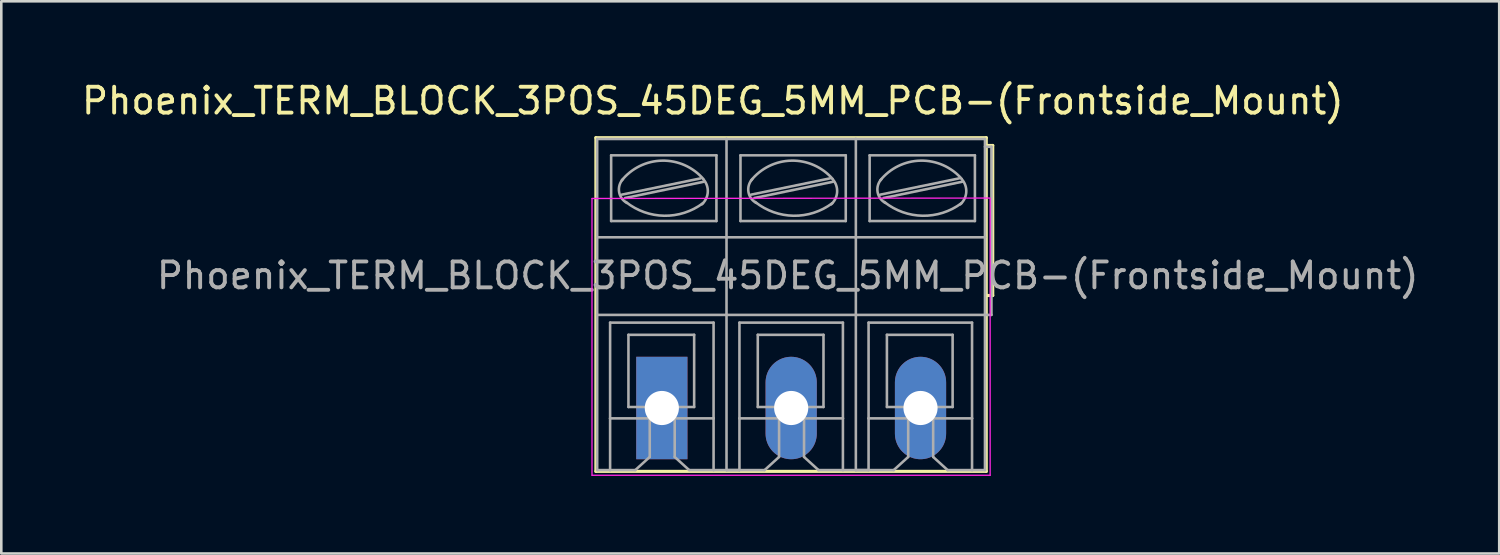
<source format=kicad_pcb>
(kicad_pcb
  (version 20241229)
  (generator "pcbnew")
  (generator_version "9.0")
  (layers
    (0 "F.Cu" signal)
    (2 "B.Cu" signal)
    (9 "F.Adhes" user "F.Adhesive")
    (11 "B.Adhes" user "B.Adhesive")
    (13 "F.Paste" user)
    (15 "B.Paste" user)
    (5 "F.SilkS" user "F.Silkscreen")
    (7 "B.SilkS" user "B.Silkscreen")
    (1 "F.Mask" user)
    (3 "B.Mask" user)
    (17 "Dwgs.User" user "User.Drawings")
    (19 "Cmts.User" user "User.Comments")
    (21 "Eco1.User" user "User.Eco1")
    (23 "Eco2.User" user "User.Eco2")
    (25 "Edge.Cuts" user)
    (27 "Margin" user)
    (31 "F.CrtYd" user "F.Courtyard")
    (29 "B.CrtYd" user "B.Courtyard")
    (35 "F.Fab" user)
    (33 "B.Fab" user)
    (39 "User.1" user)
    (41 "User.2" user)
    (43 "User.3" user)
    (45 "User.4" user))
  (footprint "Phoenix_TERM_BLOCK_3POS_45DEG_5MM_PCB-(Frontside_Mount)"
    (layer "F.Cu")
    (at 27.554 12.735)
    (property "Reference" "Phoenix_TERM_BLOCK_3POS_45DEG_5MM_PCB-(Frontside_Mount)" (at -3.048 -11.887 0) (layer "F.SilkS") (effects (font (size 1 1) (thickness 0.15))))
    (attr through_hole)
    (fp_line (start -7.568 -10.462) (end 7.524 -10.462) (stroke (width 0.12) (type solid)) (layer "F.SilkS"))
    (fp_line (start -7.568 2.438) (end -7.568 -10.462) (stroke (width 0.12) (type solid)) (layer "F.SilkS"))
    (fp_line (start 7.524 -10.462) (end 7.524 -10.162) (stroke (width 0.12) (type solid)) (layer "F.SilkS"))
    (fp_line (start 7.524 -10.162) (end 7.524 -4.362) (stroke (width 0.12) (type solid)) (layer "F.SilkS"))
    (fp_line (start 7.524 -10.162) (end 7.774 -10.162) (stroke (width 0.12) (type solid)) (layer "F.SilkS"))
    (fp_line (start 7.524 -4.362) (end 7.524 2.438) (stroke (width 0.12) (type solid)) (layer "F.SilkS"))
    (fp_line (start 7.524 2.438) (end -7.568 2.438) (stroke (width 0.12) (type solid)) (layer "F.SilkS"))
    (fp_line (start 7.774 -10.162) (end 7.774 -4.362) (stroke (width 0.12) (type solid)) (layer "F.SilkS"))
    (fp_line (start 7.774 -4.362) (end 7.524 -4.362) (stroke (width 0.12) (type solid)) (layer "F.SilkS"))
    (fp_line (start -7.718 -8.112) (end -7.718 2.588) (stroke (width 0.05) (type solid)) (layer "F.CrtYd"))
    (fp_line (start -7.718 -8.112) (end 7.671 -8.128) (stroke (width 0.05) (type solid)) (layer "F.CrtYd"))
    (fp_line (start 7.674 2.588) (end -7.718 2.588) (stroke (width 0.05) (type solid)) (layer "F.CrtYd"))
    (fp_line (start 7.674 2.588) (end 7.674 -8.112) (stroke (width 0.05) (type solid)) (layer "F.CrtYd"))
    (fp_line (start -7.518 -6.612) (end -7.518 -10.412) (stroke (width 0.1) (type solid)) (layer "F.Fab"))
    (fp_line (start -7.518 -3.612) (end -7.518 -6.612) (stroke (width 0.1) (type solid)) (layer "F.Fab"))
    (fp_line (start -7.518 2.388) (end -7.518 -3.612) (stroke (width 0.1) (type solid)) (layer "F.Fab"))
    (fp_line (start -7.518 2.388) (end -7.018 2.388) (stroke (width 0.1) (type solid)) (layer "F.Fab"))
    (fp_line (start -7.018 -3.312) (end -7.018 0.388) (stroke (width 0.1) (type solid)) (layer "F.Fab"))
    (fp_line (start -7.018 0.388) (end -7.018 2.388) (stroke (width 0.1) (type solid)) (layer "F.Fab"))
    (fp_line (start -7.018 2.388) (end -6.045 2.388) (stroke (width 0.1) (type solid)) (layer "F.Fab"))
    (fp_line (start -6.978 -7.24) (end -6.978 -9.78) (stroke (width 0.1) (type solid)) (layer "F.Fab"))
    (fp_line (start -6.568 -8.26) (end -3.518 -8.89) (stroke (width 0.1) (type solid)) (layer "F.Fab"))
    (fp_line (start -6.438 -8.13) (end -3.398 -8.76) (stroke (width 0.1) (type solid)) (layer "F.Fab"))
    (fp_line (start -6.309 -2.841) (end -3.769 -2.841) (stroke (width 0.1) (type solid)) (layer "F.Fab"))
    (fp_line (start -6.309 -0.051) (end -6.309 -2.841) (stroke (width 0.1) (type solid)) (layer "F.Fab"))
    (fp_line (start -6.309 -0.051) (end -3.769 -0.051) (stroke (width 0.1) (type solid)) (layer "F.Fab"))
    (fp_line (start -6.045 2.388) (end -5.486 1.88) (stroke (width 0.1) (type solid)) (layer "F.Fab"))
    (fp_line (start -5.486 1.88) (end -5.486 0.406) (stroke (width 0.1) (type solid)) (layer "F.Fab"))
    (fp_line (start -4.521 1.88) (end -4.521 0.406) (stroke (width 0.1) (type solid)) (layer "F.Fab"))
    (fp_line (start -3.962 2.388) (end -4.521 1.88) (stroke (width 0.1) (type solid)) (layer "F.Fab"))
    (fp_line (start -3.769 -0.051) (end -3.769 -2.841) (stroke (width 0.1) (type solid)) (layer "F.Fab"))
    (fp_line (start -3.018 -3.312) (end -7.018 -3.312) (stroke (width 0.1) (type solid)) (layer "F.Fab"))
    (fp_line (start -3.018 0.388) (end -7.018 0.388) (stroke (width 0.1) (type solid)) (layer "F.Fab"))
    (fp_line (start -3.018 0.388) (end -3.018 -3.312) (stroke (width 0.1) (type solid)) (layer "F.Fab"))
    (fp_line (start -3.018 2.388) (end -3.962 2.388) (stroke (width 0.1) (type solid)) (layer "F.Fab"))
    (fp_line (start -3.018 2.388) (end -3.018 0.388) (stroke (width 0.1) (type solid)) (layer "F.Fab"))
    (fp_line (start -3.018 2.388) (end -2.518 2.388) (stroke (width 0.1) (type solid)) (layer "F.Fab"))
    (fp_line (start -2.908 -9.78) (end -6.978 -9.78) (stroke (width 0.1) (type solid)) (layer "F.Fab"))
    (fp_line (start -2.908 -7.24) (end -6.978 -7.24) (stroke (width 0.1) (type solid)) (layer "F.Fab"))
    (fp_line (start -2.908 -7.24) (end -2.908 -9.78) (stroke (width 0.1) (type solid)) (layer "F.Fab"))
    (fp_line (start -2.518 -10.412) (end -7.518 -10.412) (stroke (width 0.1) (type solid)) (layer "F.Fab"))
    (fp_line (start -2.518 -6.612) (end -7.518 -6.612) (stroke (width 0.1) (type solid)) (layer "F.Fab"))
    (fp_line (start -2.518 -6.612) (end -2.518 -10.412) (stroke (width 0.1) (type solid)) (layer "F.Fab"))
    (fp_line (start -2.518 -3.612) (end -7.518 -3.612) (stroke (width 0.1) (type solid)) (layer "F.Fab"))
    (fp_line (start -2.518 -3.612) (end -2.518 -6.612) (stroke (width 0.1) (type solid)) (layer "F.Fab"))
    (fp_line (start -2.518 2.388) (end -2.518 -3.612) (stroke (width 0.1) (type solid)) (layer "F.Fab"))
    (fp_line (start -2.518 2.388) (end -2.018 2.388) (stroke (width 0.1) (type solid)) (layer "F.Fab"))
    (fp_line (start -2.518 2.388) (end -2.018 2.388) (stroke (width 0.1) (type solid)) (layer "F.Fab"))
    (fp_line (start -2.018 -3.312) (end -2.018 0.388) (stroke (width 0.1) (type solid)) (layer "F.Fab"))
    (fp_line (start -2.018 0.388) (end -2.018 2.388) (stroke (width 0.1) (type solid)) (layer "F.Fab"))
    (fp_line (start -2.018 2.388) (end -1.045 2.388) (stroke (width 0.1) (type solid)) (layer "F.Fab"))
    (fp_line (start -1.978 -7.24) (end -1.978 -9.78) (stroke (width 0.1) (type solid)) (layer "F.Fab"))
    (fp_line (start -1.568 -8.26) (end 1.482 -8.89) (stroke (width 0.1) (type solid)) (layer "F.Fab"))
    (fp_line (start -1.438 -8.13) (end 1.602 -8.76) (stroke (width 0.1) (type solid)) (layer "F.Fab"))
    (fp_line (start -1.309 -2.841) (end 1.231 -2.841) (stroke (width 0.1) (type solid)) (layer "F.Fab"))
    (fp_line (start -1.309 -0.051) (end -1.309 -2.841) (stroke (width 0.1) (type solid)) (layer "F.Fab"))
    (fp_line (start -1.309 -0.051) (end 1.231 -0.051) (stroke (width 0.1) (type solid)) (layer "F.Fab"))
    (fp_line (start -1.045 2.388) (end -0.486 1.88) (stroke (width 0.1) (type solid)) (layer "F.Fab"))
    (fp_line (start -0.486 1.88) (end -0.486 0.406) (stroke (width 0.1) (type solid)) (layer "F.Fab"))
    (fp_line (start 0.479 1.88) (end 0.479 0.406) (stroke (width 0.1) (type solid)) (layer "F.Fab"))
    (fp_line (start 1.038 2.388) (end 0.479 1.88) (stroke (width 0.1) (type solid)) (layer "F.Fab"))
    (fp_line (start 1.231 -0.051) (end 1.231 -2.841) (stroke (width 0.1) (type solid)) (layer "F.Fab"))
    (fp_line (start 1.982 -3.312) (end -2.018 -3.312) (stroke (width 0.1) (type solid)) (layer "F.Fab"))
    (fp_line (start 1.982 0.388) (end -2.018 0.388) (stroke (width 0.1) (type solid)) (layer "F.Fab"))
    (fp_line (start 1.982 0.388) (end 1.982 -3.312) (stroke (width 0.1) (type solid)) (layer "F.Fab"))
    (fp_line (start 1.982 2.388) (end 1.038 2.388) (stroke (width 0.1) (type solid)) (layer "F.Fab"))
    (fp_line (start 1.982 2.388) (end 1.982 0.388) (stroke (width 0.1) (type solid)) (layer "F.Fab"))
    (fp_line (start 1.982 2.388) (end 2.482 2.388) (stroke (width 0.1) (type solid)) (layer "F.Fab"))
    (fp_line (start 2.092 -9.78) (end -1.978 -9.78) (stroke (width 0.1) (type solid)) (layer "F.Fab"))
    (fp_line (start 2.092 -7.24) (end -1.978 -7.24) (stroke (width 0.1) (type solid)) (layer "F.Fab"))
    (fp_line (start 2.092 -7.24) (end 2.092 -9.78) (stroke (width 0.1) (type solid)) (layer "F.Fab"))
    (fp_line (start 2.474 2.388) (end 2.974 2.388) (stroke (width 0.1) (type solid)) (layer "F.Fab"))
    (fp_line (start 2.474 2.388) (end 2.974 2.388) (stroke (width 0.1) (type solid)) (layer "F.Fab"))
    (fp_line (start 2.482 -10.412) (end -2.518 -10.412) (stroke (width 0.1) (type solid)) (layer "F.Fab"))
    (fp_line (start 2.482 -6.612) (end -2.518 -6.612) (stroke (width 0.1) (type solid)) (layer "F.Fab"))
    (fp_line (start 2.482 -6.612) (end 2.482 -10.412) (stroke (width 0.1) (type solid)) (layer "F.Fab"))
    (fp_line (start 2.482 -3.612) (end -2.518 -3.612) (stroke (width 0.1) (type solid)) (layer "F.Fab"))
    (fp_line (start 2.482 -3.612) (end 2.482 -6.612) (stroke (width 0.1) (type solid)) (layer "F.Fab"))
    (fp_line (start 2.482 2.388) (end 2.482 -3.612) (stroke (width 0.1) (type solid)) (layer "F.Fab"))
    (fp_line (start 2.974 -3.312) (end 2.974 0.388) (stroke (width 0.1) (type solid)) (layer "F.Fab"))
    (fp_line (start 2.974 0.388) (end 2.974 2.388) (stroke (width 0.1) (type solid)) (layer "F.Fab"))
    (fp_line (start 2.974 2.388) (end 3.947 2.388) (stroke (width 0.1) (type solid)) (layer "F.Fab"))
    (fp_line (start 3.015 -7.24) (end 3.015 -9.78) (stroke (width 0.1) (type solid)) (layer "F.Fab"))
    (fp_line (start 3.425 -8.26) (end 6.475 -8.89) (stroke (width 0.1) (type solid)) (layer "F.Fab"))
    (fp_line (start 3.555 -8.13) (end 6.595 -8.76) (stroke (width 0.1) (type solid)) (layer "F.Fab"))
    (fp_line (start 3.683 -2.841) (end 6.223 -2.841) (stroke (width 0.1) (type solid)) (layer "F.Fab"))
    (fp_line (start 3.683 -0.051) (end 3.683 -2.841) (stroke (width 0.1) (type solid)) (layer "F.Fab"))
    (fp_line (start 3.683 -0.051) (end 6.223 -0.051) (stroke (width 0.1) (type solid)) (layer "F.Fab"))
    (fp_line (start 3.947 2.388) (end 4.506 1.88) (stroke (width 0.1) (type solid)) (layer "F.Fab"))
    (fp_line (start 4.506 1.88) (end 4.506 0.406) (stroke (width 0.1) (type solid)) (layer "F.Fab"))
    (fp_line (start 5.471 1.88) (end 5.471 0.406) (stroke (width 0.1) (type solid)) (layer "F.Fab"))
    (fp_line (start 6.03 2.388) (end 5.471 1.88) (stroke (width 0.1) (type solid)) (layer "F.Fab"))
    (fp_line (start 6.223 -0.051) (end 6.223 -2.841) (stroke (width 0.1) (type solid)) (layer "F.Fab"))
    (fp_line (start 6.974 -3.312) (end 2.974 -3.312) (stroke (width 0.1) (type solid)) (layer "F.Fab"))
    (fp_line (start 6.974 0.388) (end 2.974 0.388) (stroke (width 0.1) (type solid)) (layer "F.Fab"))
    (fp_line (start 6.974 0.388) (end 6.974 -3.312) (stroke (width 0.1) (type solid)) (layer "F.Fab"))
    (fp_line (start 6.974 2.388) (end 6.03 2.388) (stroke (width 0.1) (type solid)) (layer "F.Fab"))
    (fp_line (start 6.974 2.388) (end 6.974 0.388) (stroke (width 0.1) (type solid)) (layer "F.Fab"))
    (fp_line (start 6.974 2.388) (end 7.474 2.388) (stroke (width 0.1) (type solid)) (layer "F.Fab"))
    (fp_line (start 7.085 -9.78) (end 3.015 -9.78) (stroke (width 0.1) (type solid)) (layer "F.Fab"))
    (fp_line (start 7.085 -7.24) (end 3.015 -7.24) (stroke (width 0.1) (type solid)) (layer "F.Fab"))
    (fp_line (start 7.085 -7.24) (end 7.085 -9.78) (stroke (width 0.1) (type solid)) (layer "F.Fab"))
    (fp_line (start 7.474 -10.412) (end 2.474 -10.412) (stroke (width 0.1) (type solid)) (layer "F.Fab"))
    (fp_line (start 7.474 -6.612) (end 2.474 -6.612) (stroke (width 0.1) (type solid)) (layer "F.Fab"))
    (fp_line (start 7.474 -6.612) (end 7.474 -10.412) (stroke (width 0.1) (type solid)) (layer "F.Fab"))
    (fp_line (start 7.474 -3.612) (end 2.474 -3.612) (stroke (width 0.1) (type solid)) (layer "F.Fab"))
    (fp_line (start 7.474 -3.612) (end 7.474 -6.612) (stroke (width 0.1) (type solid)) (layer "F.Fab"))
    (fp_line (start 7.474 -3.612) (end 7.474 2.388) (stroke (width 0.1) (type solid)) (layer "F.Fab"))
    (fp_line (start 7.724 -10.112) (end 7.474 -10.112) (stroke (width 0.1) (type solid)) (layer "F.Fab"))
    (fp_line (start 7.724 -10.112) (end 7.724 -3.612) (stroke (width 0.1) (type solid)) (layer "F.Fab"))
    (fp_line (start 7.724 -3.612) (end 7.474 -3.612) (stroke (width 0.1) (type solid)) (layer "F.Fab"))
    (fp_arc (start -6.5676 -8.81) (mid -5.007863 -9.574867) (end -3.419361 -8.871686) (stroke (width 0.1) (type solid)) (layer "F.Fab"))
    (fp_arc (start -6.3676 -7.94) (mid -6.669924 -8.361515) (end -6.523026 -8.859005) (stroke (width 0.1) (type solid)) (layer "F.Fab"))
    (fp_arc (start -3.4276 -7.93) (mid -4.927017 -7.444318) (end -6.409933 -7.978263) (stroke (width 0.1) (type solid)) (layer "F.Fab"))
    (fp_arc (start -3.4176 -8.86) (mid -3.241867 -8.361652) (end -3.472068 -7.886005) (stroke (width 0.1) (type solid)) (layer "F.Fab"))
    (fp_arc (start -1.5676 -8.81) (mid -0.007863 -9.574867) (end 1.580639 -8.871686) (stroke (width 0.1) (type solid)) (layer "F.Fab"))
    (fp_arc (start -1.3676 -7.94) (mid -1.669924 -8.361515) (end -1.523026 -8.859005) (stroke (width 0.1) (type solid)) (layer "F.Fab"))
    (fp_arc (start 1.5724 -7.93) (mid 0.072983 -7.444318) (end -1.409933 -7.978263) (stroke (width 0.1) (type solid)) (layer "F.Fab"))
    (fp_arc (start 1.5824 -8.86) (mid 1.758133 -8.361652) (end 1.527932 -7.886005) (stroke (width 0.1) (type solid)) (layer "F.Fab"))
    (fp_arc (start 3.4248 -8.81) (mid 4.984537 -9.574867) (end 6.573039 -8.871686) (stroke (width 0.1) (type solid)) (layer "F.Fab"))
    (fp_arc (start 3.6248 -7.94) (mid 3.322476 -8.361515) (end 3.469374 -8.859005) (stroke (width 0.1) (type solid)) (layer "F.Fab"))
    (fp_arc (start 6.5648 -7.93) (mid 5.065383 -7.444318) (end 3.582467 -7.978263) (stroke (width 0.1) (type solid)) (layer "F.Fab"))
    (fp_arc (start 6.5748 -8.86) (mid 6.750533 -8.361652) (end 6.520332 -7.886005) (stroke (width 0.1) (type solid)) (layer "F.Fab"))
    (fp_text user "${REFERENCE}" (at -0.152 -5.131 0) (layer "F.Fab") (effects (font (size 1 1) (thickness 0.15))))
    (pad "1" thru_hole rect (at -5.018 -0.012) (size 1.98 3.96) (drill 1.32) (layers "*.Cu" "*.Mask" "F.Paste"))
    (pad "2" thru_hole oval (at -0.018 -0.012) (size 1.98 3.96) (drill 1.32) (layers "*.Cu" "*.Mask" "F.Paste"))
    (pad "3" thru_hole oval (at 4.982 -0.012) (size 1.98 3.96) (drill 1.32) (layers "*.Cu" "*.Mask" "F.Paste")))
  (gr_rect
    (start -3 -3)
    (end 54.908 18.348)
    (stroke (width 0.1) (type default))
    (fill no)
    (layer "Edge.Cuts")))
</source>
